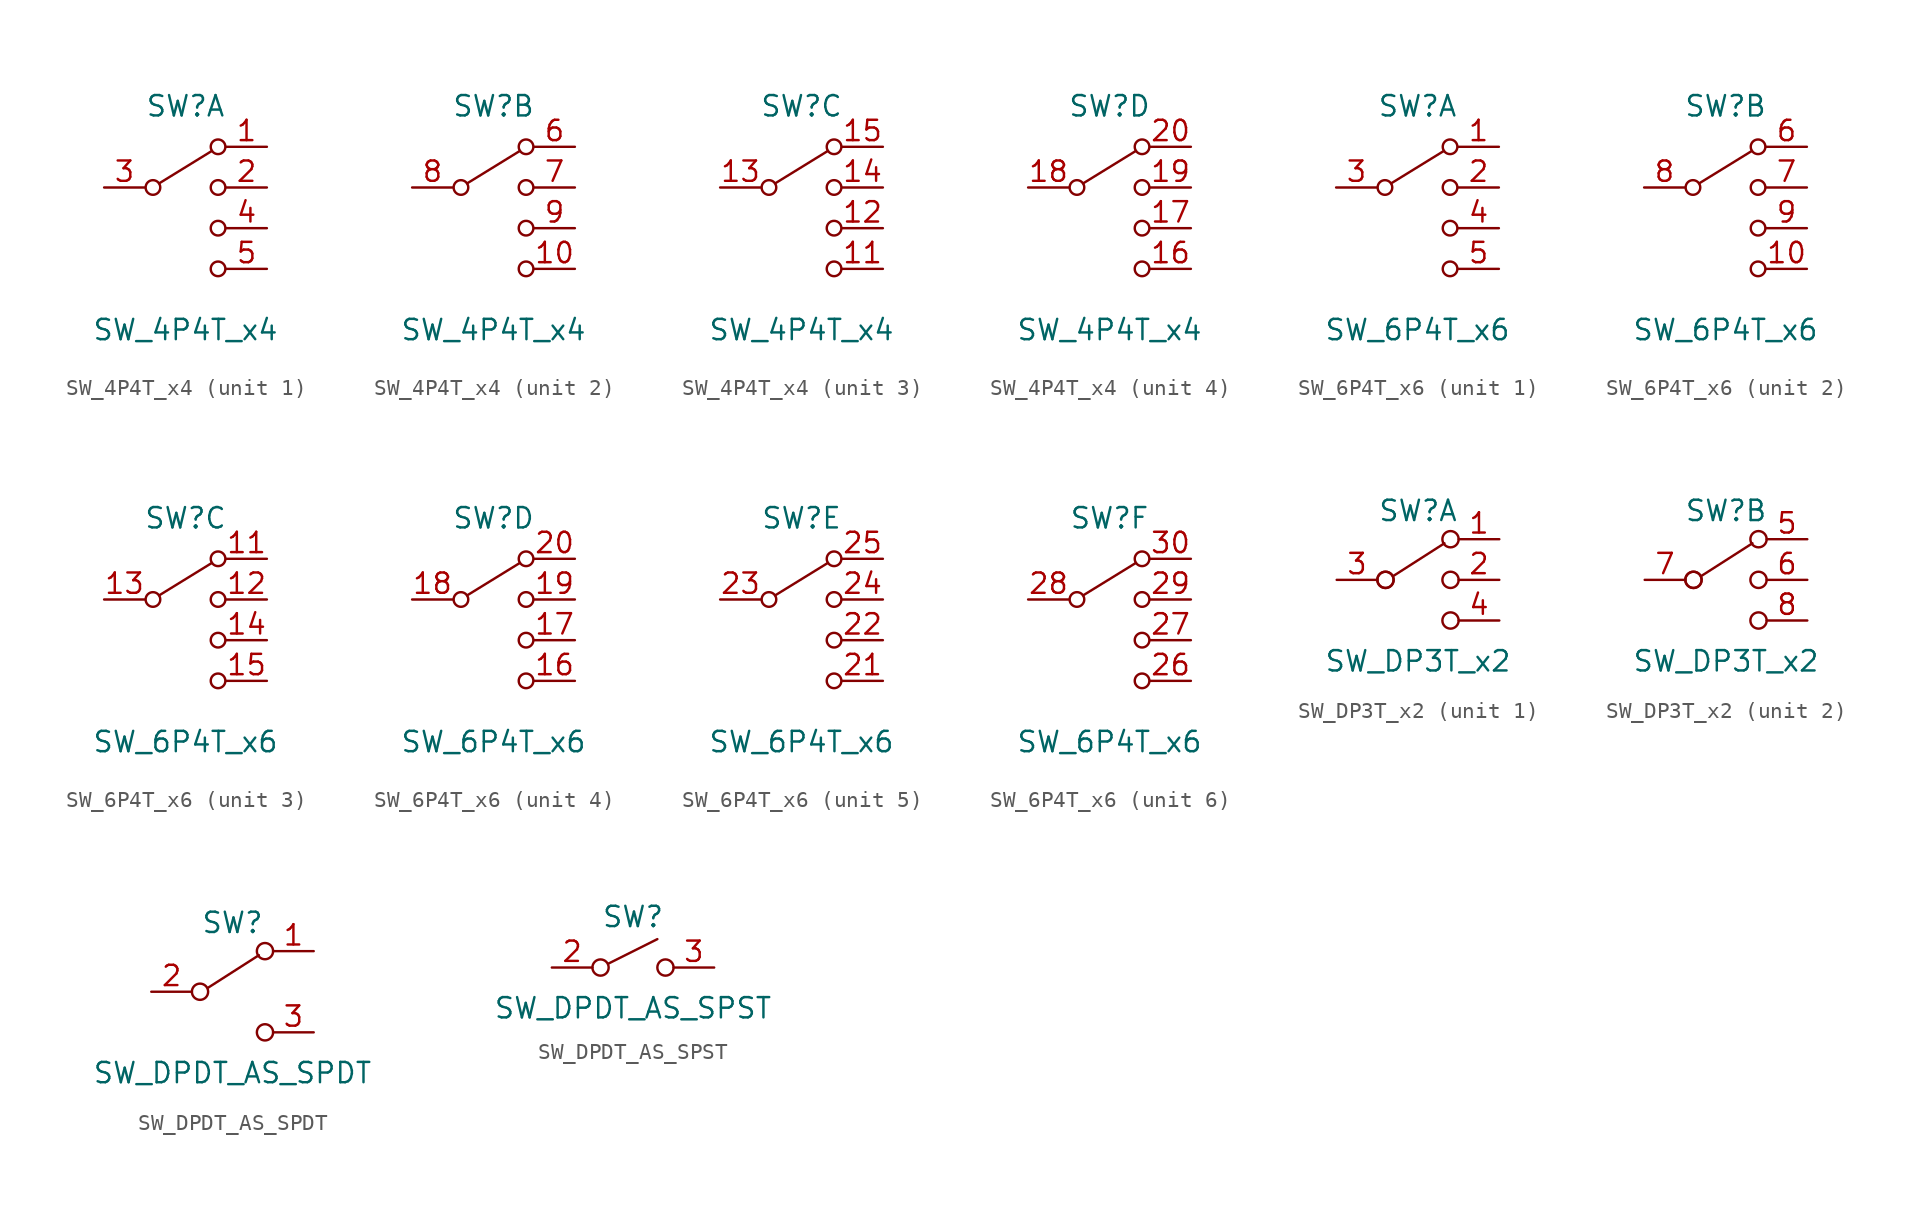
<source format=kicad_sym>
(kicad_symbol_lib
  (version 20231120)
  (generator "kicad_symbol_editor")
  (generator_version "8.0")
  (symbol "SW_4P4T_x4"
    (pin_names
      (offset 0) hide)
    (property "Reference" "SW"
      (at 0 5.08 0)
      (effects (font (size 1.27 1.27))))
    (property "Value" "SW_4P4T_x4"
      (at 0 -8.89 0)
      (effects (font (size 1.27 1.27))))
    (property "ki_locked" ""
      (at 0 0 0)
      (effects (font (size 1.27 1.27))))
    (symbol "SW_4P4T_x4_0_1"
      (circle (center -2.032 0) (radius 0.457) (stroke (width 0) (type default)) (fill (type none)))
      (polyline (pts (xy -1.651 0.254) (xy 1.651 2.286)) (stroke (width 0) (type default)) (fill (type none)))
      (circle (center 2.032 -5.08) (radius 0.457) (stroke (width 0) (type default)) (fill (type none)))
      (circle (center 2.032 -2.54) (radius 0.457) (stroke (width 0) (type default)) (fill (type none)))
      (circle (center 2.032 0) (radius 0.457) (stroke (width 0) (type default)) (fill (type none)))
      (circle (center 2.032 2.54) (radius 0.457) (stroke (width 0) (type default)) (fill (type none))))
    (symbol "SW_4P4T_x4_1_1"
      (pin passive line (at 5.08 2.54 180) (length 2.54) (name "1" (effects (font (size 1.27 1.27)))) (number "1" (effects (font (size 1.27 1.27)))))
      (pin passive line (at 5.08 0 180) (length 2.54) (name "2" (effects (font (size 1.27 1.27)))) (number "2" (effects (font (size 1.27 1.27)))))
      (pin passive line (at -5.08 0 0) (length 2.54) (name "3" (effects (font (size 1.27 1.27)))) (number "3" (effects (font (size 1.27 1.27)))))
      (pin passive line (at 5.08 -2.54 180) (length 2.54) (name "4" (effects (font (size 1.27 1.27)))) (number "4" (effects (font (size 1.27 1.27)))))
      (pin passive line (at 5.08 -5.08 180) (length 2.54) (name "5" (effects (font (size 1.27 1.27)))) (number "5" (effects (font (size 1.27 1.27))))))
    (symbol "SW_4P4T_x4_2_1"
      (pin passive line (at 5.08 -5.08 180) (length 2.54) (name "10" (effects (font (size 1.27 1.27)))) (number "10" (effects (font (size 1.27 1.27)))))
      (pin passive line (at 5.08 2.54 180) (length 2.54) (name "6" (effects (font (size 1.27 1.27)))) (number "6" (effects (font (size 1.27 1.27)))))
      (pin passive line (at 5.08 0 180) (length 2.54) (name "7" (effects (font (size 1.27 1.27)))) (number "7" (effects (font (size 1.27 1.27)))))
      (pin passive line (at -5.08 0 0) (length 2.54) (name "8" (effects (font (size 1.27 1.27)))) (number "8" (effects (font (size 1.27 1.27)))))
      (pin passive line (at 5.08 -2.54 180) (length 2.54) (name "9" (effects (font (size 1.27 1.27)))) (number "9" (effects (font (size 1.27 1.27))))))
    (symbol "SW_4P4T_x4_3_1"
      (pin passive line (at 5.08 -5.08 180) (length 2.54) (name "11" (effects (font (size 1.27 1.27)))) (number "11" (effects (font (size 1.27 1.27)))))
      (pin passive line (at 5.08 -2.54 180) (length 2.54) (name "12" (effects (font (size 1.27 1.27)))) (number "12" (effects (font (size 1.27 1.27)))))
      (pin passive line (at -5.08 0 0) (length 2.54) (name "13" (effects (font (size 1.27 1.27)))) (number "13" (effects (font (size 1.27 1.27)))))
      (pin passive line (at 5.08 0 180) (length 2.54) (name "14" (effects (font (size 1.27 1.27)))) (number "14" (effects (font (size 1.27 1.27)))))
      (pin passive line (at 5.08 2.54 180) (length 2.54) (name "15" (effects (font (size 1.27 1.27)))) (number "15" (effects (font (size 1.27 1.27))))))
    (symbol "SW_4P4T_x4_4_1"
      (pin passive line (at 5.08 -5.08 180) (length 2.54) (name "16" (effects (font (size 1.27 1.27)))) (number "16" (effects (font (size 1.27 1.27)))))
      (pin passive line (at 5.08 -2.54 180) (length 2.54) (name "17" (effects (font (size 1.27 1.27)))) (number "17" (effects (font (size 1.27 1.27)))))
      (pin passive line (at -5.08 0 0) (length 2.54) (name "18" (effects (font (size 1.27 1.27)))) (number "18" (effects (font (size 1.27 1.27)))))
      (pin passive line (at 5.08 0 180) (length 2.54) (name "19" (effects (font (size 1.27 1.27)))) (number "19" (effects (font (size 1.27 1.27)))))
      (pin passive line (at 5.08 2.54 180) (length 2.54) (name "20" (effects (font (size 1.27 1.27)))) (number "20" (effects (font (size 1.27 1.27)))))))
  (symbol "SW_6P4T_x6"
    (pin_names
      (offset 0) hide)
    (property "Reference" "SW"
      (at 0 5.08 0)
      (effects (font (size 1.27 1.27))))
    (property "Value" "SW_6P4T_x6"
      (at 0 -8.89 0)
      (effects (font (size 1.27 1.27))))
    (property "ki_locked" ""
      (at 0 0 0)
      (effects (font (size 1.27 1.27))))
    (symbol "SW_6P4T_x6_0_1"
      (circle (center -2.032 0) (radius 0.457) (stroke (width 0) (type default)) (fill (type none)))
      (polyline (pts (xy -1.651 0.254) (xy 1.651 2.286)) (stroke (width 0) (type default)) (fill (type none)))
      (circle (center 2.032 -5.08) (radius 0.457) (stroke (width 0) (type default)) (fill (type none)))
      (circle (center 2.032 -2.54) (radius 0.457) (stroke (width 0) (type default)) (fill (type none)))
      (circle (center 2.032 0) (radius 0.457) (stroke (width 0) (type default)) (fill (type none)))
      (circle (center 2.032 2.54) (radius 0.457) (stroke (width 0) (type default)) (fill (type none))))
    (symbol "SW_6P4T_x6_1_1"
      (pin passive line (at 5.08 2.54 180) (length 2.54) (name "1" (effects (font (size 1.27 1.27)))) (number "1" (effects (font (size 1.27 1.27)))))
      (pin passive line (at 5.08 0 180) (length 2.54) (name "2" (effects (font (size 1.27 1.27)))) (number "2" (effects (font (size 1.27 1.27)))))
      (pin passive line (at -5.08 0 0) (length 2.54) (name "3" (effects (font (size 1.27 1.27)))) (number "3" (effects (font (size 1.27 1.27)))))
      (pin passive line (at 5.08 -2.54 180) (length 2.54) (name "4" (effects (font (size 1.27 1.27)))) (number "4" (effects (font (size 1.27 1.27)))))
      (pin passive line (at 5.08 -5.08 180) (length 2.54) (name "5" (effects (font (size 1.27 1.27)))) (number "5" (effects (font (size 1.27 1.27))))))
    (symbol "SW_6P4T_x6_2_1"
      (pin passive line (at 5.08 -5.08 180) (length 2.54) (name "10" (effects (font (size 1.27 1.27)))) (number "10" (effects (font (size 1.27 1.27)))))
      (pin passive line (at 5.08 2.54 180) (length 2.54) (name "6" (effects (font (size 1.27 1.27)))) (number "6" (effects (font (size 1.27 1.27)))))
      (pin passive line (at 5.08 0 180) (length 2.54) (name "7" (effects (font (size 1.27 1.27)))) (number "7" (effects (font (size 1.27 1.27)))))
      (pin passive line (at -5.08 0 0) (length 2.54) (name "8" (effects (font (size 1.27 1.27)))) (number "8" (effects (font (size 1.27 1.27)))))
      (pin passive line (at 5.08 -2.54 180) (length 2.54) (name "9" (effects (font (size 1.27 1.27)))) (number "9" (effects (font (size 1.27 1.27))))))
    (symbol "SW_6P4T_x6_3_1"
      (pin passive line (at 5.08 2.54 180) (length 2.54) (name "11" (effects (font (size 1.27 1.27)))) (number "11" (effects (font (size 1.27 1.27)))))
      (pin passive line (at 5.08 0 180) (length 2.54) (name "12" (effects (font (size 1.27 1.27)))) (number "12" (effects (font (size 1.27 1.27)))))
      (pin passive line (at -5.08 0 0) (length 2.54) (name "13" (effects (font (size 1.27 1.27)))) (number "13" (effects (font (size 1.27 1.27)))))
      (pin passive line (at 5.08 -2.54 180) (length 2.54) (name "14" (effects (font (size 1.27 1.27)))) (number "14" (effects (font (size 1.27 1.27)))))
      (pin passive line (at 5.08 -5.08 180) (length 2.54) (name "15" (effects (font (size 1.27 1.27)))) (number "15" (effects (font (size 1.27 1.27))))))
    (symbol "SW_6P4T_x6_4_1"
      (pin passive line (at 5.08 -5.08 180) (length 2.54) (name "16" (effects (font (size 1.27 1.27)))) (number "16" (effects (font (size 1.27 1.27)))))
      (pin passive line (at 5.08 -2.54 180) (length 2.54) (name "17" (effects (font (size 1.27 1.27)))) (number "17" (effects (font (size 1.27 1.27)))))
      (pin passive line (at -5.08 0 0) (length 2.54) (name "18" (effects (font (size 1.27 1.27)))) (number "18" (effects (font (size 1.27 1.27)))))
      (pin passive line (at 5.08 0 180) (length 2.54) (name "19" (effects (font (size 1.27 1.27)))) (number "19" (effects (font (size 1.27 1.27)))))
      (pin passive line (at 5.08 2.54 180) (length 2.54) (name "20" (effects (font (size 1.27 1.27)))) (number "20" (effects (font (size 1.27 1.27))))))
    (symbol "SW_6P4T_x6_5_1"
      (pin passive line (at 5.08 -5.08 180) (length 2.54) (name "21" (effects (font (size 1.27 1.27)))) (number "21" (effects (font (size 1.27 1.27)))))
      (pin passive line (at 5.08 -2.54 180) (length 2.54) (name "22" (effects (font (size 1.27 1.27)))) (number "22" (effects (font (size 1.27 1.27)))))
      (pin passive line (at -5.08 0 0) (length 2.54) (name "23" (effects (font (size 1.27 1.27)))) (number "23" (effects (font (size 1.27 1.27)))))
      (pin passive line (at 5.08 0 180) (length 2.54) (name "24" (effects (font (size 1.27 1.27)))) (number "24" (effects (font (size 1.27 1.27)))))
      (pin passive line (at 5.08 2.54 180) (length 2.54) (name "25" (effects (font (size 1.27 1.27)))) (number "25" (effects (font (size 1.27 1.27))))))
    (symbol "SW_6P4T_x6_6_1"
      (pin passive line (at 5.08 -5.08 180) (length 2.54) (name "26" (effects (font (size 1.27 1.27)))) (number "26" (effects (font (size 1.27 1.27)))))
      (pin passive line (at 5.08 -2.54 180) (length 2.54) (name "27" (effects (font (size 1.27 1.27)))) (number "27" (effects (font (size 1.27 1.27)))))
      (pin passive line (at -5.08 0 0) (length 2.54) (name "28" (effects (font (size 1.27 1.27)))) (number "28" (effects (font (size 1.27 1.27)))))
      (pin passive line (at 5.08 0 180) (length 2.54) (name "29" (effects (font (size 1.27 1.27)))) (number "29" (effects (font (size 1.27 1.27)))))
      (pin passive line (at 5.08 2.54 180) (length 2.54) (name "30" (effects (font (size 1.27 1.27)))) (number "30" (effects (font (size 1.27 1.27)))))))
  (symbol "SW_DP3T_x2"
    (pin_names
      (offset 0) hide)
    (property "Reference" "SW"
      (at 0 4.318 0)
      (effects (font (size 1.27 1.27))))
    (property "Value" "SW_DP3T_x2"
      (at 0 -5.08 0)
      (effects (font (size 1.27 1.27))))
    (symbol "SW_DP3T_x2_0_0"
      (circle (center -2.032 0) (radius 0.508) (stroke (width 0) (type default)) (fill (type none)))
      (circle (center -2.032 0) (radius 0.508) (stroke (width 0) (type default)) (fill (type none)))
      (circle (center 2.032 -2.54) (radius 0.508) (stroke (width 0) (type default)) (fill (type none))))
    (symbol "SW_DP3T_x2_0_1"
      (polyline (pts (xy -1.524 0.254) (xy 1.651 2.286)) (stroke (width 0) (type default)) (fill (type none)))
      (circle (center 2.032 0) (radius 0.508) (stroke (width 0) (type default)) (fill (type none)))
      (circle (center 2.032 2.54) (radius 0.508) (stroke (width 0) (type default)) (fill (type none))))
    (symbol "SW_DP3T_x2_1_1"
      (pin passive line (at 5.08 2.54 180) (length 2.54) (name "A" (effects (font (size 1.27 1.27)))) (number "1" (effects (font (size 1.27 1.27)))))
      (pin passive line (at 5.08 0 180) (length 2.54) (name "B" (effects (font (size 1.27 1.27)))) (number "2" (effects (font (size 1.27 1.27)))))
      (pin passive line (at -5.08 0 0) (length 2.54) (name "C" (effects (font (size 1.27 1.27)))) (number "3" (effects (font (size 1.27 1.27)))))
      (pin passive line (at 5.08 -2.54 180) (length 2.54) (name "D" (effects (font (size 1.27 1.27)))) (number "4" (effects (font (size 1.27 1.27))))))
    (symbol "SW_DP3T_x2_2_1"
      (pin passive line (at 5.08 2.54 180) (length 2.54) (name "A" (effects (font (size 1.27 1.27)))) (number "5" (effects (font (size 1.27 1.27)))))
      (pin passive line (at 5.08 0 180) (length 2.54) (name "B" (effects (font (size 1.27 1.27)))) (number "6" (effects (font (size 1.27 1.27)))))
      (pin passive line (at -5.08 0 0) (length 2.54) (name "C" (effects (font (size 1.27 1.27)))) (number "7" (effects (font (size 1.27 1.27)))))
      (pin passive line (at 5.08 -2.54 180) (length 2.54) (name "D" (effects (font (size 1.27 1.27)))) (number "8" (effects (font (size 1.27 1.27)))))))
  (symbol "SW_DPDT_AS_SPDT"
    (pin_names
      (offset 0) hide)
    (property "Reference" "SW"
      (at 0 4.318 0)
      (effects (font (size 1.27 1.27))))
    (property "Value" "SW_DPDT_AS_SPDT"
      (at 0 -5.08 0)
      (effects (font (size 1.27 1.27))))
    (symbol "SW_DPDT_AS_SPDT_0_0"
      (circle (center -2.032 0) (radius 0.508) (stroke (width 0) (type default)) (fill (type none)))
      (circle (center 2.032 -2.54) (radius 0.508) (stroke (width 0) (type default)) (fill (type none))))
    (symbol "SW_DPDT_AS_SPDT_0_1"
      (polyline (pts (xy -1.524 0.254) (xy 1.651 2.286)) (stroke (width 0) (type default)) (fill (type none)))
      (circle (center 2.032 2.54) (radius 0.508) (stroke (width 0) (type default)) (fill (type none))))
    (symbol "SW_DPDT_AS_SPDT_1_1"
      (pin passive line (at 5.08 2.54 180) (length 2.54) (name "A" (effects (font (size 1.27 1.27)))) (number "1" (effects (font (size 1.27 1.27)))))
      (pin passive line (at -5.08 0 0) (length 2.54) (name "B" (effects (font (size 1.27 1.27)))) (number "2" (effects (font (size 1.27 1.27)))))
      (pin passive line (at 5.08 -2.54 180) (length 2.54) (name "C" (effects (font (size 1.27 1.27)))) (number "3" (effects (font (size 1.27 1.27)))))
      (pin passive line (at 5.08 2.54 180) (length 2.54) hide (name "~" (effects (font (size 1.27 1.27)))) (number "4" (effects (font (size 1.27 1.27)))))
      (pin passive line (at -5.08 0 0) (length 2.54) hide (name "~" (effects (font (size 1.27 1.27)))) (number "5" (effects (font (size 1.27 1.27)))))
      (pin passive line (at 5.08 -2.54 180) (length 2.54) hide (name "~" (effects (font (size 1.27 1.27)))) (number "6" (effects (font (size 1.27 1.27)))))))
  (symbol "SW_DPDT_AS_SPST"
    (pin_names
      (offset 0) hide)
    (property "Reference" "SW"
      (at 0 3.175 0)
      (effects (font (size 1.27 1.27))))
    (property "Value" "SW_DPDT_AS_SPST"
      (at 0 -2.54 0)
      (effects (font (size 1.27 1.27))))
    (symbol "SW_DPDT_AS_SPST_0_0"
      (circle (center -2.032 0) (radius 0.508) (stroke (width 0) (type default)) (fill (type none)))
      (polyline (pts (xy -1.524 0.254) (xy 1.524 1.778)) (stroke (width 0) (type default)) (fill (type none)))
      (circle (center 2.032 0) (radius 0.508) (stroke (width 0) (type default)) (fill (type none))))
    (symbol "SW_DPDT_AS_SPST_1_1"
      (pin no_connect line (at 1.27 0 180) (length 2.54) hide (name "~" (effects (font (size 1.27 1.27)))) (number "1" (effects (font (size 1.27 1.27)))))
      (pin passive line (at -5.08 0 0) (length 2.54) (name "~" (effects (font (size 1.27 1.27)))) (number "2" (effects (font (size 1.27 1.27)))))
      (pin passive line (at 5.08 0 180) (length 2.54) (name "~" (effects (font (size 1.27 1.27)))) (number "3" (effects (font (size 1.27 1.27)))))
      (pin no_connect line (at -1.27 0 0) (length 2.54) hide (name "~" (effects (font (size 1.27 1.27)))) (number "4" (effects (font (size 1.27 1.27)))))
      (pin passive line (at -5.08 0 0) (length 2.54) hide (name "~" (effects (font (size 1.27 1.27)))) (number "5" (effects (font (size 1.27 1.27)))))
      (pin passive line (at 5.08 0 180) (length 2.54) hide (name "~" (effects (font (size 1.27 1.27)))) (number "6" (effects (font (size 1.27 1.27))))))))
</source>
